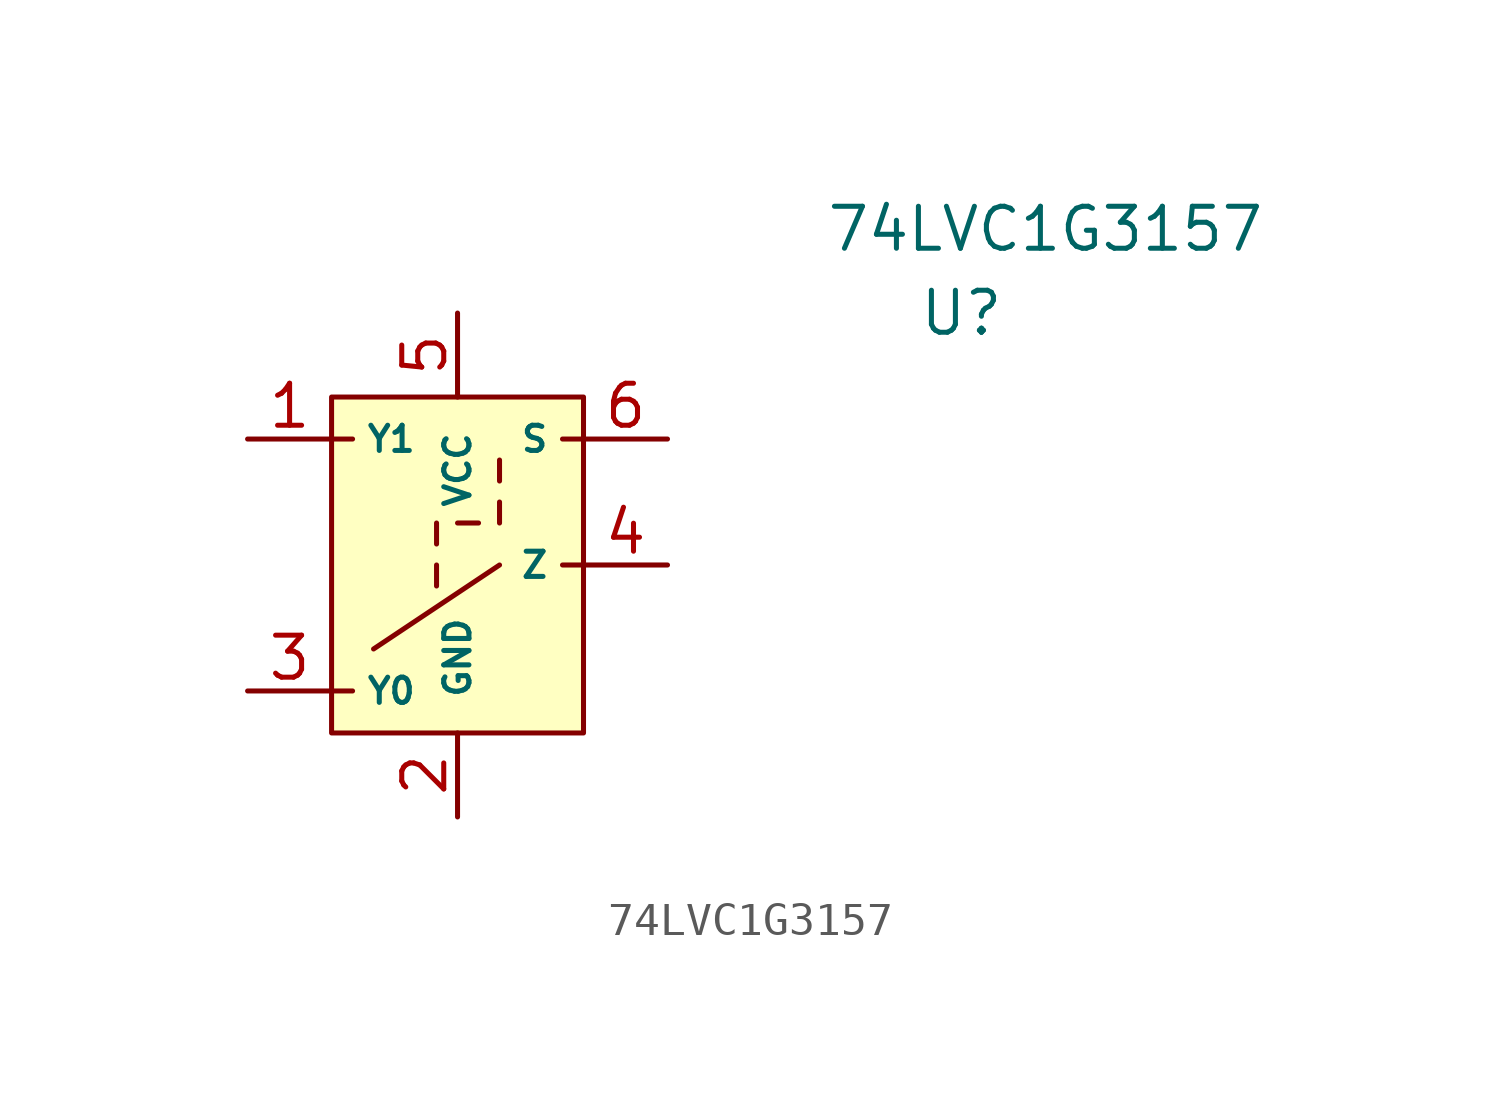
<source format=kicad_sym>
(kicad_symbol_lib
  (version 20211014)
  (generator kicad_symbol_editor)
  (symbol "74LVC1G3157"
    (pin_names
      (offset 1.016))
    (property "Reference" "U"
      (at 15.24 7.62 0)
      (effects (font (size 1.27 1.27))))
    (property "Value" "74LVC1G3157"
      (at 17.78 10.16 0)
      (effects (font (size 1.27 1.27))))
    (symbol "74LVC1G3157_0_1"
      (rectangle (start -3.81 5.08) (end 3.81 -5.08) (stroke (width 0) (type default) (color 0 0 0 0)) (fill (type background)))
      (polyline (pts (xy -3.81 -3.81) (xy -3.175 -3.81)) (stroke (width 0) (type default) (color 0 0 0 0)) (fill (type none)))
      (polyline (pts (xy -3.81 3.81) (xy -3.175 3.81)) (stroke (width 0) (type default) (color 0 0 0 0)) (fill (type none)))
      (polyline (pts (xy -0.635 -0.635) (xy -0.635 0)) (stroke (width 0) (type default) (color 0 0 0 0)) (fill (type none)))
      (polyline (pts (xy -0.635 0.635) (xy -0.635 1.27)) (stroke (width 0) (type default) (color 0 0 0 0)) (fill (type none)))
      (polyline (pts (xy 0 1.27) (xy 0.635 1.27)) (stroke (width 0) (type default) (color 0 0 0 0)) (fill (type none)))
      (polyline (pts (xy 1.27 0) (xy -2.54 -2.54)) (stroke (width 0) (type default) (color 0 0 0 0)) (fill (type none)))
      (polyline (pts (xy 1.27 1.27) (xy 1.27 1.905)) (stroke (width 0) (type default) (color 0 0 0 0)) (fill (type none)))
      (polyline (pts (xy 1.27 2.54) (xy 1.27 3.175)) (stroke (width 0) (type default) (color 0 0 0 0)) (fill (type none)))
      (polyline (pts (xy 3.81 0) (xy 3.175 0)) (stroke (width 0) (type default) (color 0 0 0 0)) (fill (type none)))
      (polyline (pts (xy 3.81 3.81) (xy 3.175 3.81)) (stroke (width 0) (type default) (color 0 0 0 0)) (fill (type none))))
    (symbol "74LVC1G3157_1_1"
      (pin input line (at -6.35 3.81 0) (length 2.54) (name "Y1" (effects (font (size 0.762 0.762)))) (number "1" (effects (font (size 1.27 1.27)))))
      (pin power_in line (at 0 -7.62 90) (length 2.54) (name "GND" (effects (font (size 0.762 0.762)))) (number "2" (effects (font (size 1.27 1.27)))))
      (pin input line (at -6.35 -3.81 0) (length 2.54) (name "Y0" (effects (font (size 0.762 0.762)))) (number "3" (effects (font (size 1.27 1.27)))))
      (pin output line (at 6.35 0 180) (length 2.54) (name "Z" (effects (font (size 0.762 0.762)))) (number "4" (effects (font (size 1.27 1.27)))))
      (pin power_in line (at 0 7.62 270) (length 2.54) (name "VCC" (effects (font (size 0.762 0.762)))) (number "5" (effects (font (size 1.27 1.27)))))
      (pin input line (at 6.35 3.81 180) (length 2.54) (name "S" (effects (font (size 0.762 0.762)))) (number "6" (effects (font (size 1.27 1.27))))))))
</source>
